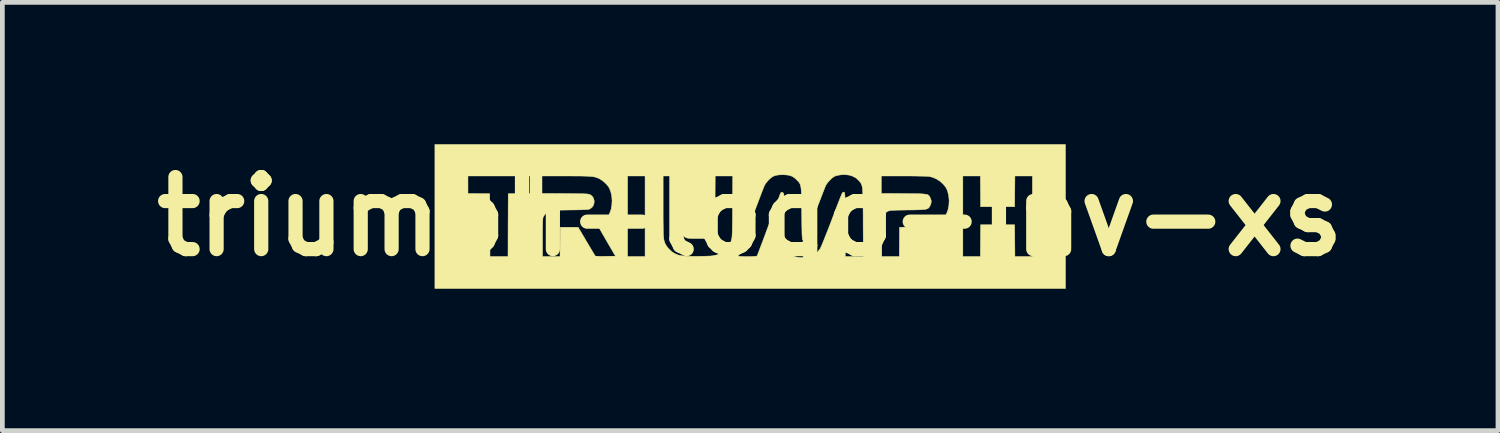
<source format=kicad_pcb>
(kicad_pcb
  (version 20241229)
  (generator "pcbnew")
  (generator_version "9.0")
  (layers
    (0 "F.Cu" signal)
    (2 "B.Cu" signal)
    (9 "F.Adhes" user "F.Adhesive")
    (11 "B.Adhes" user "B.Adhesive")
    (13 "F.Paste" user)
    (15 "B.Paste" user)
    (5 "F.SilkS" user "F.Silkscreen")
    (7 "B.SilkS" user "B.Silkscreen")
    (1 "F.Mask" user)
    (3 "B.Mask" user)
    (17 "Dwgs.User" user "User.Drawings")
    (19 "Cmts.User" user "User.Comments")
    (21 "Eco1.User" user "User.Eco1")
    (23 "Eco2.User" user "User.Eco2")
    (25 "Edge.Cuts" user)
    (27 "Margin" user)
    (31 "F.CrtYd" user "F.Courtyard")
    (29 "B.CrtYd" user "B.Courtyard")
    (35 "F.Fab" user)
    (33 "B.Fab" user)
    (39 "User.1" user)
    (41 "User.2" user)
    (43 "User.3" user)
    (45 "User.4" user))
  (footprint "triumph-logo-inv-xs"
    (layer "F.Cu")
    (at 12.816 1.529)
    (property "Reference" "triumph-logo-inv-xs" (at 0 0 0) (layer "F.SilkS") (effects (font (size 1.524 1.524) (thickness 0.3))))
    (attr through_hole)
    (fp_poly (pts (xy 6.668 1.524) (xy -6.668 1.524) (xy -6.668 -0.857) (xy -5.969 -0.857) (xy -5.969 -0.487) (xy -5.739 -0.484) (xy -5.509 -0.482) (xy -5.503 0.847) (xy -5.122 0.847) (xy -5.12 0.183) (xy -5.117 -0.482) (xy -4.887 -0.484) (xy -4.657 -0.487) (xy -4.657 -0.488) (xy -4.403 -0.488) (xy -3.913 -0.485) (xy -3.798 -0.484) (xy -3.703 -0.483) (xy -3.624 -0.482) (xy -3.561 -0.481) (xy -3.511 -0.48) (xy -3.473 -0.478) (xy -3.444 -0.476) (xy -3.422 -0.473) (xy -3.406 -0.47) (xy -3.394 -0.466) (xy -3.383 -0.461) (xy -3.381 -0.46) (xy -3.341 -0.429) (xy -3.314 -0.387) (xy -3.3 -0.337) (xy -3.301 -0.286) (xy -3.316 -0.236) (xy -3.344 -0.194) (xy -3.381 -0.166) (xy -3.392 -0.16) (xy -3.405 -0.155) (xy -3.421 -0.151) (xy -3.441 -0.148) (xy -3.469 -0.146) (xy -3.507 -0.144) (xy -3.556 -0.142) (xy -3.62 -0.141) (xy -3.699 -0.139) (xy -3.797 -0.138) (xy -3.826 -0.138) (xy -3.933 -0.136) (xy -4.02 -0.135) (xy -4.091 -0.133) (xy -4.148 -0.131) (xy -4.192 -0.127) (xy -4.226 -0.123) (xy -4.252 -0.116) (xy -4.273 -0.107) (xy -4.289 -0.096) (xy -4.305 -0.083) (xy -4.321 -0.066) (xy -4.33 -0.056) (xy -4.355 -0.025) (xy -4.375 0.007) (xy -4.38 0.02) (xy -4.384 0.042) (xy -4.387 0.084) (xy -4.389 0.146) (xy -4.391 0.229) (xy -4.392 0.333) (xy -4.392 0.451) (xy -4.392 0.847) (xy -4.022 0.847) (xy -4.019 0.537) (xy -4.016 0.228) (xy -3.638 0.228) (xy -3.462 0.526) (xy -3.419 0.598) (xy -3.38 0.665) (xy -3.344 0.724) (xy -3.315 0.773) (xy -3.292 0.809) (xy -3.279 0.831) (xy -3.275 0.836) (xy -3.259 0.84) (xy -3.223 0.843) (xy -3.166 0.845) (xy -3.088 0.845) (xy -3.055 0.844) (xy -2.847 0.841) (xy -3.032 0.524) (xy -3.075 0.449) (xy -3.115 0.38) (xy -3.15 0.319) (xy -3.179 0.268) (xy -3.2 0.229) (xy -3.213 0.204) (xy -3.217 0.196) (xy -3.209 0.185) (xy -3.188 0.167) (xy -3.164 0.149) (xy -3.115 0.111) (xy -3.066 0.063) (xy -3.021 0.013) (xy -2.987 -0.036) (xy -2.976 -0.057) (xy -2.944 -0.143) (xy -2.926 -0.238) (xy -2.921 -0.337) (xy -2.928 -0.434) (xy -2.949 -0.525) (xy -2.981 -0.605) (xy -2.988 -0.616) (xy -3.022 -0.664) (xy -3.07 -0.713) (xy -3.124 -0.758) (xy -3.178 -0.793) (xy -3.188 -0.798) (xy -3.216 -0.811) (xy -3.242 -0.822) (xy -3.27 -0.831) (xy -3.301 -0.838) (xy -3.338 -0.844) (xy -3.382 -0.848) (xy -3.435 -0.852) (xy -3.5 -0.854) (xy -3.578 -0.856) (xy -3.671 -0.856) (xy -3.782 -0.857) (xy -3.897 -0.857) (xy -4.403 -0.857) (xy -2.593 -0.857) (xy -2.593 0.847) (xy -2.223 0.847) (xy -2.223 -0.857) (xy -1.841 -0.857) (xy -1.841 -0.22) (xy -1.841 -0.079) (xy -1.841 0.042) (xy -1.84 0.145) (xy -1.839 0.232) (xy -1.838 0.305) (xy -1.836 0.366) (xy -1.833 0.415) (xy -1.829 0.456) (xy -1.825 0.489) (xy -1.819 0.516) (xy -1.812 0.54) (xy -1.803 0.562) (xy -1.794 0.583) (xy -1.787 0.595) (xy -1.756 0.643) (xy -1.713 0.693) (xy -1.664 0.738) (xy -1.616 0.772) (xy -1.611 0.775) (xy -1.573 0.794) (xy -1.534 0.81) (xy -1.492 0.822) (xy -1.444 0.831) (xy -1.387 0.837) (xy -1.319 0.841) (xy -1.237 0.842) (xy -1.138 0.842) (xy -1.074 0.842) (xy -0.974 0.84) (xy -0.894 0.838) (xy -0.83 0.835) (xy -0.825 0.834) (xy -0.254 0.834) (xy -0.244 0.839) (xy -0.217 0.843) (xy -0.177 0.845) (xy -0.127 0.847) (xy -0.072 0.848) (xy -0.016 0.847) (xy 0.037 0.846) (xy 0.084 0.843) (xy 0.12 0.84) (xy 0.141 0.836) (xy 0.145 0.833) (xy 0.151 0.821) (xy 0.163 0.791) (xy 0.181 0.745) (xy 0.204 0.683) (xy 0.232 0.609) (xy 0.265 0.523) (xy 0.301 0.427) (xy 0.339 0.323) (xy 0.38 0.213) (xy 0.397 0.169) (xy 0.438 0.057) (xy 0.478 -0.049) (xy 0.514 -0.148) (xy 0.547 -0.238) (xy 0.577 -0.317) (xy 0.601 -0.383) (xy 0.621 -0.436) (xy 0.634 -0.473) (xy 0.642 -0.492) (xy 0.642 -0.494) (xy 0.658 -0.511) (xy 0.68 -0.512) (xy 0.701 -0.497) (xy 0.705 -0.49) (xy 0.709 -0.481) (xy 0.712 -0.467) (xy 0.714 -0.447) (xy 0.716 -0.418) (xy 0.717 -0.38) (xy 0.718 -0.33) (xy 0.719 -0.266) (xy 0.719 -0.186) (xy 0.72 -0.089) (xy 0.72 0.026) (xy 0.72 0.045) (xy 0.72 0.174) (xy 0.72 0.283) (xy 0.721 0.375) (xy 0.722 0.452) (xy 0.724 0.514) (xy 0.728 0.565) (xy 0.733 0.606) (xy 0.74 0.64) (xy 0.749 0.667) (xy 0.761 0.689) (xy 0.775 0.71) (xy 0.792 0.73) (xy 0.811 0.751) (xy 0.82 0.759) (xy 0.863 0.801) (xy 0.905 0.831) (xy 0.951 0.851) (xy 1.005 0.862) (xy 1.073 0.867) (xy 1.112 0.867) (xy 1.183 0.866) (xy 1.242 0.859) (xy 1.278 0.852) (xy 1.327 0.829) (xy 1.379 0.792) (xy 1.43 0.744) (xy 1.473 0.69) (xy 1.481 0.679) (xy 1.491 0.659) (xy 1.507 0.622) (xy 1.53 0.569) (xy 1.557 0.502) (xy 1.588 0.424) (xy 1.623 0.336) (xy 1.661 0.24) (xy 1.7 0.139) (xy 1.719 0.089) (xy 1.765 -0.034) (xy 1.805 -0.139) (xy 1.839 -0.227) (xy 1.867 -0.3) (xy 1.89 -0.359) (xy 1.908 -0.405) (xy 1.923 -0.441) (xy 1.934 -0.467) (xy 1.943 -0.486) (xy 1.949 -0.498) (xy 1.955 -0.506) (xy 1.959 -0.51) (xy 1.963 -0.512) (xy 1.967 -0.513) (xy 1.976 -0.516) (xy 1.983 -0.516) (xy 1.989 -0.513) (xy 1.995 -0.503) (xy 1.999 -0.487) (xy 2.002 -0.463) (xy 2.005 -0.429) (xy 2.007 -0.383) (xy 2.009 -0.325) (xy 2.01 -0.253) (xy 2.01 -0.165) (xy 2.011 -0.06) (xy 2.011 0.063) (xy 2.011 0.182) (xy 2.011 0.847) (xy 2.393 0.847) (xy 2.389 0.13) (xy 2.389 -0.018) (xy 2.388 -0.145) (xy 2.387 -0.255) (xy 2.386 -0.348) (xy 2.384 -0.426) (xy 2.382 -0.488) (xy 2.773 -0.488) (xy 3.241 -0.485) (xy 3.36 -0.484) (xy 3.46 -0.483) (xy 3.542 -0.482) (xy 3.608 -0.48) (xy 3.661 -0.477) (xy 3.702 -0.472) (xy 3.733 -0.467) (xy 3.756 -0.459) (xy 3.773 -0.449) (xy 3.785 -0.437) (xy 3.795 -0.422) (xy 3.804 -0.404) (xy 3.808 -0.395) (xy 3.828 -0.341) (xy 3.828 -0.29) (xy 3.809 -0.236) (xy 3.807 -0.233) (xy 3.796 -0.211) (xy 3.785 -0.193) (xy 3.771 -0.178) (xy 3.754 -0.167) (xy 3.731 -0.158) (xy 3.699 -0.151) (xy 3.657 -0.147) (xy 3.602 -0.143) (xy 3.533 -0.141) (xy 3.447 -0.139) (xy 3.342 -0.138) (xy 3.328 -0.138) (xy 3.225 -0.136) (xy 3.14 -0.135) (xy 3.071 -0.133) (xy 3.017 -0.13) (xy 2.975 -0.127) (xy 2.943 -0.121) (xy 2.918 -0.114) (xy 2.899 -0.105) (xy 2.882 -0.093) (xy 2.866 -0.078) (xy 2.848 -0.059) (xy 2.846 -0.056) (xy 2.821 -0.025) (xy 2.801 0.007) (xy 2.795 0.02) (xy 2.792 0.042) (xy 2.789 0.084) (xy 2.786 0.146) (xy 2.785 0.229) (xy 2.784 0.333) (xy 2.783 0.451) (xy 2.783 0.847) (xy 3.154 0.847) (xy 3.156 0.537) (xy 3.159 0.228) (xy 3.477 0.221) (xy 3.578 0.219) (xy 3.661 0.217) (xy 3.727 0.213) (xy 3.781 0.209) (xy 3.825 0.203) (xy 3.86 0.195) (xy 3.891 0.184) (xy 3.919 0.171) (xy 3.948 0.154) (xy 3.958 0.148) (xy 4.001 0.116) (xy 4.047 0.075) (xy 4.09 0.029) (xy 4.127 -0.016) (xy 4.149 -0.05) (xy 4.183 -0.138) (xy 4.203 -0.237) (xy 4.208 -0.341) (xy 4.198 -0.445) (xy 4.173 -0.544) (xy 4.169 -0.556) (xy 4.133 -0.624) (xy 4.08 -0.688) (xy 4.014 -0.746) (xy 3.94 -0.794) (xy 3.859 -0.829) (xy 3.789 -0.846) (xy 3.763 -0.849) (xy 3.719 -0.851) (xy 3.658 -0.853) (xy 3.583 -0.854) (xy 3.496 -0.856) (xy 3.4 -0.857) (xy 3.298 -0.857) (xy 3.246 -0.857) (xy 2.773 -0.857) (xy 4.498 -0.857) (xy 4.498 0.847) (xy 4.868 0.847) (xy 4.871 0.511) (xy 4.874 0.175) (xy 5.593 0.175) (xy 5.596 0.511) (xy 5.599 0.847) (xy 5.969 0.847) (xy 5.969 -0.857) (xy 5.784 -0.857) (xy 5.599 -0.857) (xy 5.593 -0.206) (xy 4.874 -0.206) (xy 4.868 -0.857) (xy 4.683 -0.857) (xy 4.498 -0.857) (xy 2.773 -0.857) (xy 2.773 -0.488) (xy 2.382 -0.488) (xy 2.382 -0.492) (xy 2.379 -0.545) (xy 2.375 -0.589) (xy 2.37 -0.624) (xy 2.364 -0.652) (xy 2.357 -0.675) (xy 2.348 -0.694) (xy 2.337 -0.712) (xy 2.324 -0.728) (xy 2.31 -0.746) (xy 2.303 -0.754) (xy 2.244 -0.811) (xy 2.171 -0.852) (xy 2.087 -0.877) (xy 1.993 -0.886) (xy 1.904 -0.88) (xy 1.858 -0.872) (xy 1.815 -0.861) (xy 1.783 -0.849) (xy 1.781 -0.848) (xy 1.747 -0.825) (xy 1.708 -0.791) (xy 1.667 -0.749) (xy 1.631 -0.707) (xy 1.605 -0.668) (xy 1.601 -0.661) (xy 1.593 -0.643) (xy 1.578 -0.607) (xy 1.558 -0.556) (xy 1.533 -0.491) (xy 1.503 -0.414) (xy 1.47 -0.328) (xy 1.434 -0.235) (xy 1.396 -0.136) (xy 1.387 -0.111) (xy 1.339 0.013) (xy 1.299 0.12) (xy 1.265 0.209) (xy 1.237 0.283) (xy 1.213 0.343) (xy 1.194 0.391) (xy 1.18 0.428) (xy 1.168 0.455) (xy 1.159 0.474) (xy 1.152 0.487) (xy 1.147 0.495) (xy 1.142 0.499) (xy 1.138 0.501) (xy 1.129 0.504) (xy 1.121 0.505) (xy 1.115 0.501) (xy 1.109 0.492) (xy 1.105 0.476) (xy 1.101 0.45) (xy 1.099 0.415) (xy 1.096 0.367) (xy 1.095 0.305) (xy 1.093 0.228) (xy 1.092 0.134) (xy 1.091 0.022) (xy 1.09 -0.06) (xy 1.088 -0.19) (xy 1.087 -0.299) (xy 1.086 -0.392) (xy 1.084 -0.468) (xy 1.081 -0.531) (xy 1.077 -0.582) (xy 1.072 -0.624) (xy 1.065 -0.656) (xy 1.056 -0.683) (xy 1.045 -0.705) (xy 1.031 -0.725) (xy 1.015 -0.743) (xy 0.995 -0.763) (xy 0.979 -0.78) (xy 0.934 -0.82) (xy 0.889 -0.849) (xy 0.84 -0.868) (xy 0.781 -0.878) (xy 0.707 -0.883) (xy 0.683 -0.883) (xy 0.606 -0.88) (xy 0.546 -0.871) (xy 0.495 -0.854) (xy 0.449 -0.826) (xy 0.403 -0.786) (xy 0.396 -0.779) (xy 0.361 -0.741) (xy 0.33 -0.701) (xy 0.307 -0.666) (xy 0.304 -0.661) (xy 0.297 -0.643) (xy 0.283 -0.608) (xy 0.263 -0.558) (xy 0.238 -0.494) (xy 0.209 -0.418) (xy 0.177 -0.332) (xy 0.142 -0.239) (xy 0.104 -0.139) (xy 0.065 -0.036) (xy 0.026 0.07) (xy -0.014 0.176) (xy -0.053 0.28) (xy -0.09 0.381) (xy -0.125 0.477) (xy -0.158 0.565) (xy -0.187 0.644) (xy -0.211 0.711) (xy -0.231 0.766) (xy -0.245 0.806) (xy -0.253 0.829) (xy -0.254 0.834) (xy -0.825 0.834) (xy -0.783 0.83) (xy -0.749 0.825) (xy -0.74 0.823) (xy -0.654 0.794) (xy -0.58 0.752) (xy -0.517 0.699) (xy -0.468 0.644) (xy -0.433 0.588) (xy -0.405 0.523) (xy -0.395 0.49) (xy -0.391 0.475) (xy -0.388 0.457) (xy -0.385 0.434) (xy -0.383 0.405) (xy -0.381 0.368) (xy -0.379 0.32) (xy -0.378 0.262) (xy -0.376 0.189) (xy -0.375 0.102) (xy -0.374 -0.001) (xy -0.374 -0.124) (xy -0.373 -0.214) (xy -0.369 -0.857) (xy -0.555 -0.857) (xy -0.74 -0.857) (xy -0.743 -0.262) (xy -0.744 -0.135) (xy -0.744 -0.027) (xy -0.745 0.063) (xy -0.746 0.138) (xy -0.747 0.198) (xy -0.748 0.245) (xy -0.75 0.282) (xy -0.752 0.31) (xy -0.754 0.331) (xy -0.757 0.347) (xy -0.761 0.359) (xy -0.765 0.368) (xy -0.769 0.377) (xy -0.792 0.409) (xy -0.823 0.432) (xy -0.845 0.443) (xy -0.865 0.451) (xy -0.886 0.457) (xy -0.91 0.461) (xy -0.942 0.463) (xy -0.985 0.465) (xy -1.043 0.466) (xy -1.106 0.466) (xy -1.179 0.465) (xy -1.234 0.465) (xy -1.275 0.463) (xy -1.306 0.46) (xy -1.33 0.456) (xy -1.35 0.45) (xy -1.366 0.443) (xy -1.401 0.425) (xy -1.425 0.401) (xy -1.442 0.372) (xy -1.466 0.323) (xy -1.469 -0.267) (xy -1.472 -0.857) (xy -1.841 -0.857) (xy -2.223 -0.857) (xy -2.593 -0.857) (xy -4.403 -0.857) (xy -4.403 -0.488) (xy -4.657 -0.488) (xy -4.657 -0.857) (xy -5.969 -0.857) (xy -6.668 -0.857) (xy -6.668 -1.524) (xy 6.668 -1.524) (xy 6.668 1.524)) (stroke (width 0.01) (type solid)) (fill yes) (layer "F.SilkS")))
  (gr_rect
    (start -3 -3)
    (end 28.632 6.058)
    (stroke (width 0.1) (type default))
    (fill no)
    (layer "Edge.Cuts")))
</source>
